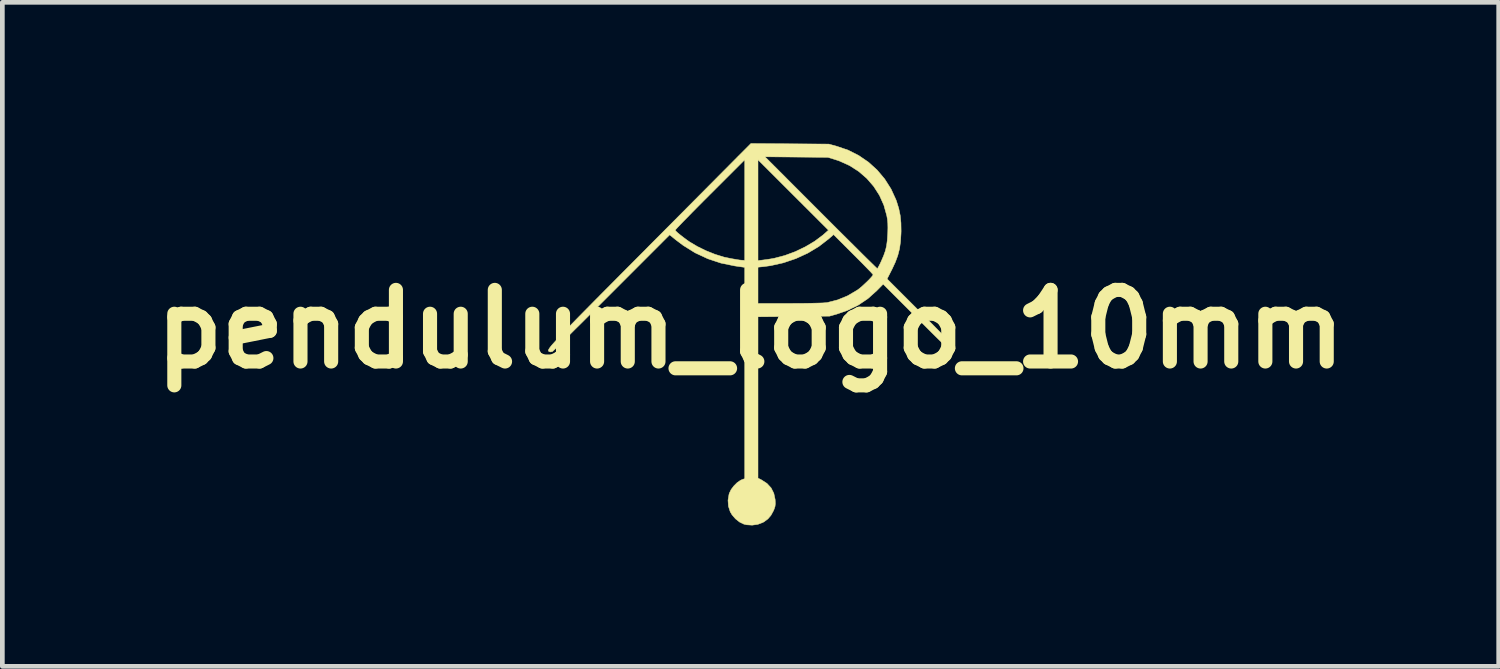
<source format=kicad_pcb>
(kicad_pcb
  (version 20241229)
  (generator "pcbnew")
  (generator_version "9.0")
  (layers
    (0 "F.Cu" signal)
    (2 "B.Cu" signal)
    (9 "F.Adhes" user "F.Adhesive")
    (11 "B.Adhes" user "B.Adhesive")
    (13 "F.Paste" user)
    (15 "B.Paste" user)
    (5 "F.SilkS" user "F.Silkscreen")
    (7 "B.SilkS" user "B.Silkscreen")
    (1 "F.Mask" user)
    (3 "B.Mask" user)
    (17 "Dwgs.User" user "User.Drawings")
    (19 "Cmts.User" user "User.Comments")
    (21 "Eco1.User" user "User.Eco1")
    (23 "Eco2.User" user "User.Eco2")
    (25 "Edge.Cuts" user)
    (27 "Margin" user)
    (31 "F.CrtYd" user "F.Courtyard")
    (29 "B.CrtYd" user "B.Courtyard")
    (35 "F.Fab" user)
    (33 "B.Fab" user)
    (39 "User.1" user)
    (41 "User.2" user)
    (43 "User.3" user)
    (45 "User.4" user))
  (footprint "pendulum_logo_10mm"
    (layer "F.Cu")
    (at 12.925 3.955)
    (property "Reference" "pendulum_logo_10mm" (at 0 0 0) (layer "F.SilkS") (effects (font (size 1.524 1.524) (thickness 0.3))))
    (attr through_hole)
    (fp_poly (pts (xy 0.837 -3.944) (xy 1.666 -3.938) (xy 1.838 -3.891) (xy 2.08 -3.808) (xy 2.305 -3.694) (xy 2.511 -3.553) (xy 2.695 -3.386) (xy 2.855 -3.196) (xy 2.99 -2.984) (xy 3.096 -2.753) (xy 3.108 -2.72) (xy 3.155 -2.569) (xy 3.186 -2.419) (xy 3.202 -2.261) (xy 3.205 -2.083) (xy 3.203 -2.027) (xy 3.192 -1.857) (xy 3.171 -1.708) (xy 3.135 -1.568) (xy 3.083 -1.427) (xy 3.011 -1.272) (xy 3.005 -1.261) (xy 2.907 -1.068) (xy 3.631 -0.344) (xy 3.799 -0.175) (xy 3.943 -0.029) (xy 4.064 0.094) (xy 4.163 0.196) (xy 4.239 0.277) (xy 4.296 0.34) (xy 4.333 0.384) (xy 4.351 0.41) (xy 4.354 0.418) (xy 4.339 0.457) (xy 4.316 0.477) (xy 4.307 0.48) (xy 4.294 0.478) (xy 4.277 0.469) (xy 4.252 0.451) (xy 4.219 0.423) (xy 4.174 0.383) (xy 4.117 0.33) (xy 4.045 0.26) (xy 3.956 0.173) (xy 3.848 0.066) (xy 3.72 -0.062) (xy 3.569 -0.213) (xy 3.551 -0.23) (xy 2.824 -0.957) (xy 2.685 -0.816) (xy 2.496 -0.647) (xy 2.287 -0.507) (xy 2.058 -0.396) (xy 1.847 -0.323) (xy 1.683 -0.276) (xy 0.921 -0.269) (xy 0.159 -0.262) (xy 0.159 3.172) (xy 0.234 3.21) (xy 0.35 3.285) (xy 0.438 3.38) (xy 0.496 3.495) (xy 0.524 3.627) (xy 0.525 3.642) (xy 0.528 3.717) (xy 0.522 3.773) (xy 0.505 3.826) (xy 0.49 3.863) (xy 0.435 3.964) (xy 0.371 4.039) (xy 0.29 4.1) (xy 0.263 4.115) (xy 0.156 4.156) (xy 0.035 4.173) (xy -0.085 4.165) (xy -0.143 4.151) (xy -0.233 4.107) (xy -0.32 4.038) (xy -0.394 3.952) (xy -0.432 3.888) (xy -0.47 3.771) (xy -0.479 3.643) (xy -0.457 3.513) (xy -0.45 3.492) (xy -0.413 3.415) (xy -0.354 3.337) (xy -0.285 3.268) (xy -0.214 3.219) (xy -0.186 3.206) (xy -0.123 3.183) (xy -0.123 -1.314) (xy -0.149 -1.318) (xy 0.159 -1.318) (xy 0.159 -0.546) (xy 0.843 -0.546) (xy 1.016 -0.547) (xy 1.175 -0.548) (xy 1.317 -0.551) (xy 1.439 -0.554) (xy 1.535 -0.557) (xy 1.602 -0.562) (xy 1.632 -0.565) (xy 1.855 -0.622) (xy 2.069 -0.71) (xy 2.267 -0.827) (xy 2.283 -0.837) (xy 2.334 -0.877) (xy 2.393 -0.928) (xy 2.454 -0.985) (xy 2.513 -1.042) (xy 2.562 -1.094) (xy 2.596 -1.134) (xy 2.609 -1.157) (xy 2.609 -1.158) (xy 2.597 -1.173) (xy 2.563 -1.211) (xy 2.509 -1.267) (xy 2.439 -1.339) (xy 2.356 -1.424) (xy 2.262 -1.518) (xy 2.188 -1.592) (xy 1.768 -2.012) (xy 1.664 -1.921) (xy 1.453 -1.758) (xy 1.218 -1.617) (xy 0.965 -1.501) (xy 0.699 -1.411) (xy 0.426 -1.35) (xy 0.278 -1.33) (xy 0.159 -1.318) (xy -0.149 -1.318) (xy -0.336 -1.345) (xy -0.629 -1.405) (xy -0.79 -1.458) (xy 0.159 -1.458) (xy 0.269 -1.471) (xy 0.345 -1.481) (xy 0.435 -1.495) (xy 0.511 -1.509) (xy 0.731 -1.567) (xy 0.953 -1.649) (xy 1.167 -1.752) (xy 1.366 -1.87) (xy 1.541 -2.001) (xy 1.574 -2.03) (xy 1.659 -2.106) (xy 0.909 -2.855) (xy 0.159 -3.604) (xy 0.159 -1.458) (xy -0.79 -1.458) (xy -0.91 -1.498) (xy -1.18 -1.624) (xy -1.435 -1.783) (xy -1.597 -1.905) (xy -1.721 -2.007) (xy -2.954 -0.773) (xy -3.127 -0.6) (xy -3.294 -0.433) (xy -3.453 -0.275) (xy -3.601 -0.127) (xy -3.738 0.008) (xy -3.86 0.13) (xy -3.968 0.236) (xy -4.058 0.325) (xy -4.13 0.396) (xy -4.181 0.445) (xy -4.21 0.472) (xy -4.216 0.477) (xy -4.254 0.486) (xy -4.273 0.483) (xy -4.284 0.479) (xy -4.293 0.474) (xy -4.3 0.467) (xy -4.303 0.458) (xy -4.301 0.445) (xy -4.293 0.428) (xy -4.278 0.404) (xy -4.255 0.373) (xy -4.223 0.334) (xy -4.18 0.286) (xy -4.127 0.228) (xy -4.062 0.158) (xy -3.983 0.075) (xy -3.89 -0.021) (xy -3.782 -0.132) (xy -3.658 -0.259) (xy -3.517 -0.402) (xy -3.357 -0.564) (xy -3.178 -0.745) (xy -2.978 -0.946) (xy -2.757 -1.169) (xy -2.513 -1.414) (xy -2.246 -1.682) (xy -2.157 -1.773) (xy -1.825 -2.106) (xy -1.603 -2.106) (xy -1.589 -2.086) (xy -1.551 -2.05) (xy -1.495 -2.004) (xy -1.427 -1.951) (xy -1.353 -1.896) (xy -1.296 -1.856) (xy -1.131 -1.758) (xy -0.947 -1.668) (xy -0.754 -1.591) (xy -0.563 -1.532) (xy -0.405 -1.499) (xy -0.338 -1.488) (xy -0.282 -1.478) (xy -0.249 -1.473) (xy -0.247 -1.472) (xy -0.209 -1.468) (xy -0.172 -1.465) (xy -0.123 -1.463) (xy -0.123 -3.604) (xy -0.864 -2.864) (xy -0.997 -2.731) (xy -1.123 -2.604) (xy -1.239 -2.487) (xy -1.342 -2.381) (xy -1.432 -2.29) (xy -1.505 -2.214) (xy -1.559 -2.157) (xy -1.592 -2.12) (xy -1.603 -2.106) (xy -1.825 -2.106) (xy -0.273 -3.668) (xy 0.308 -3.668) (xy 1.498 -2.477) (xy 1.668 -2.307) (xy 1.831 -2.144) (xy 1.985 -1.991) (xy 2.129 -1.848) (xy 2.261 -1.717) (xy 2.378 -1.6) (xy 2.48 -1.499) (xy 2.565 -1.416) (xy 2.63 -1.352) (xy 2.675 -1.309) (xy 2.697 -1.288) (xy 2.699 -1.287) (xy 2.71 -1.302) (xy 2.732 -1.342) (xy 2.762 -1.4) (xy 2.781 -1.441) (xy 2.833 -1.561) (xy 2.871 -1.668) (xy 2.896 -1.774) (xy 2.911 -1.89) (xy 2.92 -2.028) (xy 2.921 -2.037) (xy 2.924 -2.157) (xy 2.922 -2.253) (xy 2.914 -2.337) (xy 2.9 -2.416) (xy 2.838 -2.638) (xy 2.745 -2.846) (xy 2.623 -3.036) (xy 2.475 -3.207) (xy 2.303 -3.356) (xy 2.11 -3.48) (xy 1.898 -3.576) (xy 1.807 -3.607) (xy 1.648 -3.656) (xy 0.308 -3.668) (xy -0.273 -3.668) (xy 0.008 -3.95) (xy 0.837 -3.944)) (stroke (width 0.01) (type solid)) (fill yes) (layer "F.SilkS")))
  (gr_rect
    (start -3 -3)
    (end 28.85 11.133)
    (stroke (width 0.1) (type default))
    (fill no)
    (layer "Edge.Cuts")))
</source>
